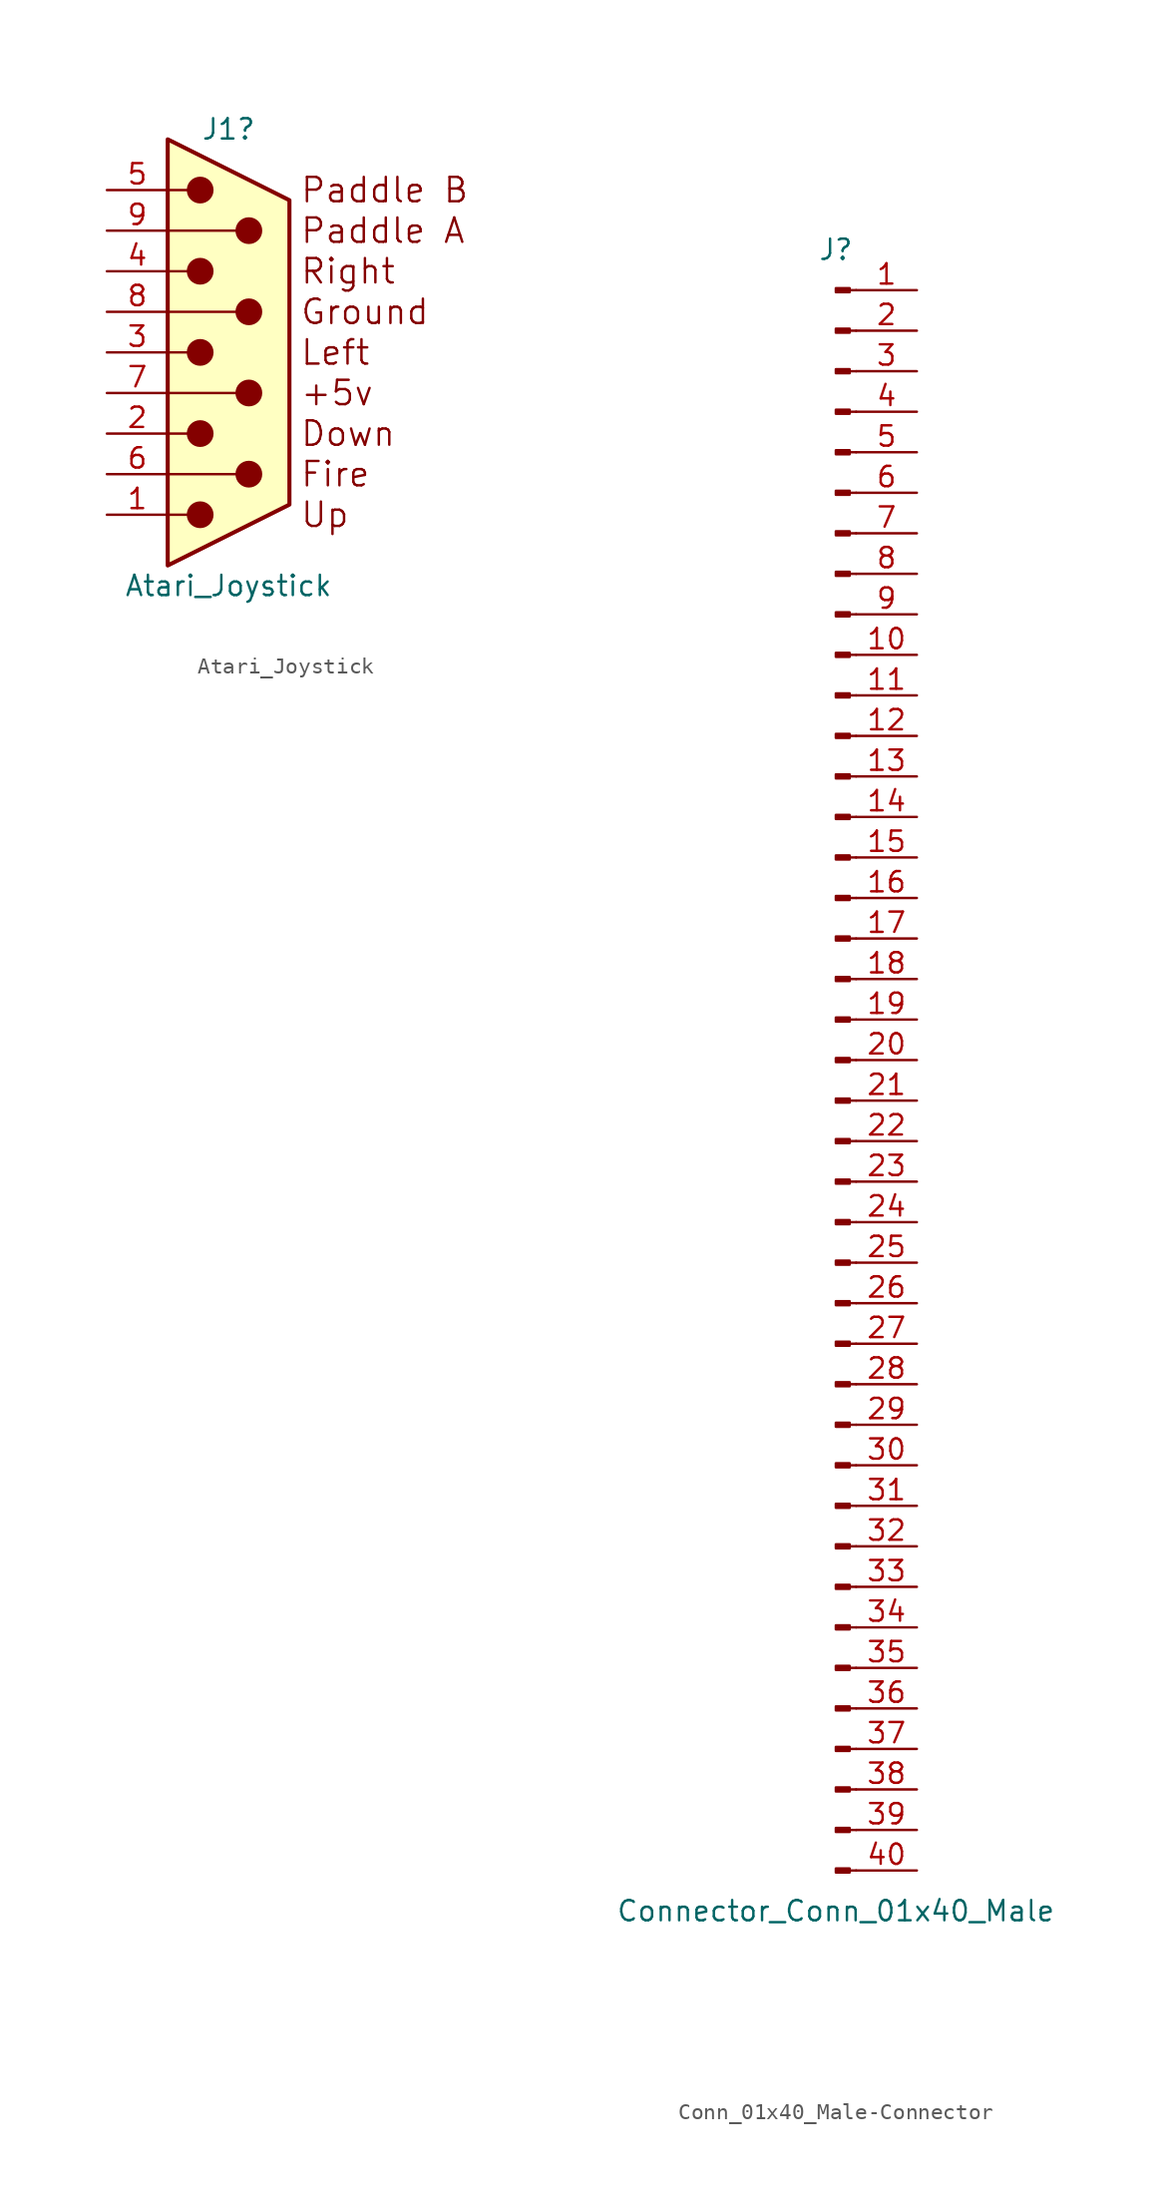
<source format=kicad_sym>
(kicad_symbol_lib
  (version 20220914)
  (generator kicad_symbol_editor)
  (symbol "Atari_Joystick"
    (pin_names
      (offset 1.016) hide)
    (property "Reference" "J1"
      (at 0 13.97 0)
      (effects (font (size 1.27 1.27))))
    (property "Value" "Atari_Joystick"
      (at 0 -14.605 0)
      (effects (font (size 1.27 1.27))))
    (symbol "Atari_Joystick_0_0"
      (text "+5v" (at 4.445 -2.54 0) (effects (font (size 1.524 1.524)) (justify left)))
      (text "Down" (at 4.445 -5.08 0) (effects (font (size 1.524 1.524)) (justify left)))
      (text "Fire" (at 4.445 -7.62 0) (effects (font (size 1.524 1.524)) (justify left)))
      (text "Ground" (at 4.445 2.54 0) (effects (font (size 1.524 1.524)) (justify left)))
      (text "Left" (at 4.445 0 0) (effects (font (size 1.524 1.524)) (justify left)))
      (text "Paddle A" (at 4.445 7.62 0) (effects (font (size 1.524 1.524)) (justify left)))
      (text "Paddle B" (at 4.445 10.16 0) (effects (font (size 1.524 1.524)) (justify left)))
      (text "Right" (at 4.445 5.08 0) (effects (font (size 1.524 1.524)) (justify left)))
      (text "Up" (at 4.445 -10.16 0) (effects (font (size 1.524 1.524)) (justify left))))
    (symbol "Atari_Joystick_0_1"
      (circle (center -1.778 -10.16) (radius 0.762) (stroke (width 0) (type solid)) (fill (type outline)))
      (circle (center -1.778 -5.08) (radius 0.762) (stroke (width 0) (type solid)) (fill (type outline)))
      (circle (center -1.778 0) (radius 0.762) (stroke (width 0) (type solid)) (fill (type outline)))
      (circle (center -1.778 5.08) (radius 0.762) (stroke (width 0) (type solid)) (fill (type outline)))
      (circle (center -1.778 10.16) (radius 0.762) (stroke (width 0) (type solid)) (fill (type outline)))
      (polyline (pts (xy -3.81 -10.16) (xy -2.54 -10.16)) (stroke (width 0) (type solid)) (fill (type none)))
      (polyline (pts (xy -3.81 -7.62) (xy 0.508 -7.62)) (stroke (width 0) (type solid)) (fill (type none)))
      (polyline (pts (xy -3.81 -5.08) (xy -2.54 -5.08)) (stroke (width 0) (type solid)) (fill (type none)))
      (polyline (pts (xy -3.81 -2.54) (xy 0.508 -2.54)) (stroke (width 0) (type solid)) (fill (type none)))
      (polyline (pts (xy -3.81 0) (xy -2.54 0)) (stroke (width 0) (type solid)) (fill (type none)))
      (polyline (pts (xy -3.81 2.54) (xy 0.508 2.54)) (stroke (width 0) (type solid)) (fill (type none)))
      (polyline (pts (xy -3.81 5.08) (xy -2.54 5.08)) (stroke (width 0) (type solid)) (fill (type none)))
      (polyline (pts (xy -3.81 7.62) (xy 0.508 7.62)) (stroke (width 0) (type solid)) (fill (type none)))
      (polyline (pts (xy -3.81 10.16) (xy -2.54 10.16)) (stroke (width 0) (type solid)) (fill (type none)))
      (polyline (pts (xy -3.81 -13.335) (xy -3.81 13.335) (xy 3.81 9.525) (xy 3.81 -9.525) (xy -3.81 -13.335)) (stroke (width 0.254) (type solid)) (fill (type background)))
      (circle (center 1.27 -7.62) (radius 0.762) (stroke (width 0) (type solid)) (fill (type outline)))
      (circle (center 1.27 -2.54) (radius 0.762) (stroke (width 0) (type solid)) (fill (type outline)))
      (circle (center 1.27 2.54) (radius 0.762) (stroke (width 0) (type solid)) (fill (type outline)))
      (circle (center 1.27 7.62) (radius 0.762) (stroke (width 0) (type solid)) (fill (type outline))))
    (symbol "Atari_Joystick_1_1"
      (pin passive line (at -7.62 -10.16 0) (length 3.81) (name "1" (effects (font (size 1.27 1.27)))) (number "1" (effects (font (size 1.27 1.27)))))
      (pin passive line (at -7.62 -5.08 0) (length 3.81) (name "2" (effects (font (size 1.27 1.27)))) (number "2" (effects (font (size 1.27 1.27)))))
      (pin passive line (at -7.62 0 0) (length 3.81) (name "3" (effects (font (size 1.27 1.27)))) (number "3" (effects (font (size 1.27 1.27)))))
      (pin passive line (at -7.62 5.08 0) (length 3.81) (name "4" (effects (font (size 1.27 1.27)))) (number "4" (effects (font (size 1.27 1.27)))))
      (pin passive line (at -7.62 10.16 0) (length 3.81) (name "5" (effects (font (size 1.27 1.27)))) (number "5" (effects (font (size 1.27 1.27)))))
      (pin passive line (at -7.62 -7.62 0) (length 3.81) (name "6" (effects (font (size 1.27 1.27)))) (number "6" (effects (font (size 1.27 1.27)))))
      (pin power_out line (at -7.62 -2.54 0) (length 3.81) (name "7" (effects (font (size 1.27 1.27)))) (number "7" (effects (font (size 1.27 1.27)))))
      (pin power_out line (at -7.62 2.54 0) (length 3.81) (name "8" (effects (font (size 1.27 1.27)))) (number "8" (effects (font (size 1.27 1.27)))))
      (pin passive line (at -7.62 7.62 0) (length 3.81) (name "9" (effects (font (size 1.27 1.27)))) (number "9" (effects (font (size 1.27 1.27)))))))
  (symbol "Conn_01x40_Male-Connector"
    (pin_names
      (offset 1.016) hide)
    (property "Reference" "J"
      (at 0 50.8 0)
      (effects (font (size 1.27 1.27))))
    (property "Value" "Connector_Conn_01x40_Male"
      (at 0 -53.34 0)
      (effects (font (size 1.27 1.27))))
    (symbol "Conn_01x40_Male-Connector_1_1"
      (polyline (pts (xy 1.27 -50.8) (xy 0.864 -50.8)) (stroke (width 0.152) (type solid)) (fill (type none)))
      (polyline (pts (xy 1.27 -48.26) (xy 0.864 -48.26)) (stroke (width 0.152) (type solid)) (fill (type none)))
      (polyline (pts (xy 1.27 -45.72) (xy 0.864 -45.72)) (stroke (width 0.152) (type solid)) (fill (type none)))
      (polyline (pts (xy 1.27 -43.18) (xy 0.864 -43.18)) (stroke (width 0.152) (type solid)) (fill (type none)))
      (polyline (pts (xy 1.27 -40.64) (xy 0.864 -40.64)) (stroke (width 0.152) (type solid)) (fill (type none)))
      (polyline (pts (xy 1.27 -38.1) (xy 0.864 -38.1)) (stroke (width 0.152) (type solid)) (fill (type none)))
      (polyline (pts (xy 1.27 -35.56) (xy 0.864 -35.56)) (stroke (width 0.152) (type solid)) (fill (type none)))
      (polyline (pts (xy 1.27 -33.02) (xy 0.864 -33.02)) (stroke (width 0.152) (type solid)) (fill (type none)))
      (polyline (pts (xy 1.27 -30.48) (xy 0.864 -30.48)) (stroke (width 0.152) (type solid)) (fill (type none)))
      (polyline (pts (xy 1.27 -27.94) (xy 0.864 -27.94)) (stroke (width 0.152) (type solid)) (fill (type none)))
      (polyline (pts (xy 1.27 -25.4) (xy 0.864 -25.4)) (stroke (width 0.152) (type solid)) (fill (type none)))
      (polyline (pts (xy 1.27 -22.86) (xy 0.864 -22.86)) (stroke (width 0.152) (type solid)) (fill (type none)))
      (polyline (pts (xy 1.27 -20.32) (xy 0.864 -20.32)) (stroke (width 0.152) (type solid)) (fill (type none)))
      (polyline (pts (xy 1.27 -17.78) (xy 0.864 -17.78)) (stroke (width 0.152) (type solid)) (fill (type none)))
      (polyline (pts (xy 1.27 -15.24) (xy 0.864 -15.24)) (stroke (width 0.152) (type solid)) (fill (type none)))
      (polyline (pts (xy 1.27 -12.7) (xy 0.864 -12.7)) (stroke (width 0.152) (type solid)) (fill (type none)))
      (polyline (pts (xy 1.27 -10.16) (xy 0.864 -10.16)) (stroke (width 0.152) (type solid)) (fill (type none)))
      (polyline (pts (xy 1.27 -7.62) (xy 0.864 -7.62)) (stroke (width 0.152) (type solid)) (fill (type none)))
      (polyline (pts (xy 1.27 -5.08) (xy 0.864 -5.08)) (stroke (width 0.152) (type solid)) (fill (type none)))
      (polyline (pts (xy 1.27 -2.54) (xy 0.864 -2.54)) (stroke (width 0.152) (type solid)) (fill (type none)))
      (polyline (pts (xy 1.27 0) (xy 0.864 0)) (stroke (width 0.152) (type solid)) (fill (type none)))
      (polyline (pts (xy 1.27 2.54) (xy 0.864 2.54)) (stroke (width 0.152) (type solid)) (fill (type none)))
      (polyline (pts (xy 1.27 5.08) (xy 0.864 5.08)) (stroke (width 0.152) (type solid)) (fill (type none)))
      (polyline (pts (xy 1.27 7.62) (xy 0.864 7.62)) (stroke (width 0.152) (type solid)) (fill (type none)))
      (polyline (pts (xy 1.27 10.16) (xy 0.864 10.16)) (stroke (width 0.152) (type solid)) (fill (type none)))
      (polyline (pts (xy 1.27 12.7) (xy 0.864 12.7)) (stroke (width 0.152) (type solid)) (fill (type none)))
      (polyline (pts (xy 1.27 15.24) (xy 0.864 15.24)) (stroke (width 0.152) (type solid)) (fill (type none)))
      (polyline (pts (xy 1.27 17.78) (xy 0.864 17.78)) (stroke (width 0.152) (type solid)) (fill (type none)))
      (polyline (pts (xy 1.27 20.32) (xy 0.864 20.32)) (stroke (width 0.152) (type solid)) (fill (type none)))
      (polyline (pts (xy 1.27 22.86) (xy 0.864 22.86)) (stroke (width 0.152) (type solid)) (fill (type none)))
      (polyline (pts (xy 1.27 25.4) (xy 0.864 25.4)) (stroke (width 0.152) (type solid)) (fill (type none)))
      (polyline (pts (xy 1.27 27.94) (xy 0.864 27.94)) (stroke (width 0.152) (type solid)) (fill (type none)))
      (polyline (pts (xy 1.27 30.48) (xy 0.864 30.48)) (stroke (width 0.152) (type solid)) (fill (type none)))
      (polyline (pts (xy 1.27 33.02) (xy 0.864 33.02)) (stroke (width 0.152) (type solid)) (fill (type none)))
      (polyline (pts (xy 1.27 35.56) (xy 0.864 35.56)) (stroke (width 0.152) (type solid)) (fill (type none)))
      (polyline (pts (xy 1.27 38.1) (xy 0.864 38.1)) (stroke (width 0.152) (type solid)) (fill (type none)))
      (polyline (pts (xy 1.27 40.64) (xy 0.864 40.64)) (stroke (width 0.152) (type solid)) (fill (type none)))
      (polyline (pts (xy 1.27 43.18) (xy 0.864 43.18)) (stroke (width 0.152) (type solid)) (fill (type none)))
      (polyline (pts (xy 1.27 45.72) (xy 0.864 45.72)) (stroke (width 0.152) (type solid)) (fill (type none)))
      (polyline (pts (xy 1.27 48.26) (xy 0.864 48.26)) (stroke (width 0.152) (type solid)) (fill (type none)))
      (rectangle (start 0.864 -50.673) (end 0 -50.927) (stroke (width 0.152) (type solid)) (fill (type outline)))
      (rectangle (start 0.864 -48.133) (end 0 -48.387) (stroke (width 0.152) (type solid)) (fill (type outline)))
      (rectangle (start 0.864 -45.593) (end 0 -45.847) (stroke (width 0.152) (type solid)) (fill (type outline)))
      (rectangle (start 0.864 -43.053) (end 0 -43.307) (stroke (width 0.152) (type solid)) (fill (type outline)))
      (rectangle (start 0.864 -40.513) (end 0 -40.767) (stroke (width 0.152) (type solid)) (fill (type outline)))
      (rectangle (start 0.864 -37.973) (end 0 -38.227) (stroke (width 0.152) (type solid)) (fill (type outline)))
      (rectangle (start 0.864 -35.433) (end 0 -35.687) (stroke (width 0.152) (type solid)) (fill (type outline)))
      (rectangle (start 0.864 -32.893) (end 0 -33.147) (stroke (width 0.152) (type solid)) (fill (type outline)))
      (rectangle (start 0.864 -30.353) (end 0 -30.607) (stroke (width 0.152) (type solid)) (fill (type outline)))
      (rectangle (start 0.864 -27.813) (end 0 -28.067) (stroke (width 0.152) (type solid)) (fill (type outline)))
      (rectangle (start 0.864 -25.273) (end 0 -25.527) (stroke (width 0.152) (type solid)) (fill (type outline)))
      (rectangle (start 0.864 -22.733) (end 0 -22.987) (stroke (width 0.152) (type solid)) (fill (type outline)))
      (rectangle (start 0.864 -20.193) (end 0 -20.447) (stroke (width 0.152) (type solid)) (fill (type outline)))
      (rectangle (start 0.864 -17.653) (end 0 -17.907) (stroke (width 0.152) (type solid)) (fill (type outline)))
      (rectangle (start 0.864 -15.113) (end 0 -15.367) (stroke (width 0.152) (type solid)) (fill (type outline)))
      (rectangle (start 0.864 -12.573) (end 0 -12.827) (stroke (width 0.152) (type solid)) (fill (type outline)))
      (rectangle (start 0.864 -10.033) (end 0 -10.287) (stroke (width 0.152) (type solid)) (fill (type outline)))
      (rectangle (start 0.864 -7.493) (end 0 -7.747) (stroke (width 0.152) (type solid)) (fill (type outline)))
      (rectangle (start 0.864 -4.953) (end 0 -5.207) (stroke (width 0.152) (type solid)) (fill (type outline)))
      (rectangle (start 0.864 -2.413) (end 0 -2.667) (stroke (width 0.152) (type solid)) (fill (type outline)))
      (rectangle (start 0.864 0.127) (end 0 -0.127) (stroke (width 0.152) (type solid)) (fill (type outline)))
      (rectangle (start 0.864 2.667) (end 0 2.413) (stroke (width 0.152) (type solid)) (fill (type outline)))
      (rectangle (start 0.864 5.207) (end 0 4.953) (stroke (width 0.152) (type solid)) (fill (type outline)))
      (rectangle (start 0.864 7.747) (end 0 7.493) (stroke (width 0.152) (type solid)) (fill (type outline)))
      (rectangle (start 0.864 10.287) (end 0 10.033) (stroke (width 0.152) (type solid)) (fill (type outline)))
      (rectangle (start 0.864 12.827) (end 0 12.573) (stroke (width 0.152) (type solid)) (fill (type outline)))
      (rectangle (start 0.864 15.367) (end 0 15.113) (stroke (width 0.152) (type solid)) (fill (type outline)))
      (rectangle (start 0.864 17.907) (end 0 17.653) (stroke (width 0.152) (type solid)) (fill (type outline)))
      (rectangle (start 0.864 20.447) (end 0 20.193) (stroke (width 0.152) (type solid)) (fill (type outline)))
      (rectangle (start 0.864 22.987) (end 0 22.733) (stroke (width 0.152) (type solid)) (fill (type outline)))
      (rectangle (start 0.864 25.527) (end 0 25.273) (stroke (width 0.152) (type solid)) (fill (type outline)))
      (rectangle (start 0.864 28.067) (end 0 27.813) (stroke (width 0.152) (type solid)) (fill (type outline)))
      (rectangle (start 0.864 30.607) (end 0 30.353) (stroke (width 0.152) (type solid)) (fill (type outline)))
      (rectangle (start 0.864 33.147) (end 0 32.893) (stroke (width 0.152) (type solid)) (fill (type outline)))
      (rectangle (start 0.864 35.687) (end 0 35.433) (stroke (width 0.152) (type solid)) (fill (type outline)))
      (rectangle (start 0.864 38.227) (end 0 37.973) (stroke (width 0.152) (type solid)) (fill (type outline)))
      (rectangle (start 0.864 40.767) (end 0 40.513) (stroke (width 0.152) (type solid)) (fill (type outline)))
      (rectangle (start 0.864 43.307) (end 0 43.053) (stroke (width 0.152) (type solid)) (fill (type outline)))
      (rectangle (start 0.864 45.847) (end 0 45.593) (stroke (width 0.152) (type solid)) (fill (type outline)))
      (rectangle (start 0.864 48.387) (end 0 48.133) (stroke (width 0.152) (type solid)) (fill (type outline)))
      (pin passive line (at 5.08 48.26 180) (length 3.81) (name "Pin_1" (effects (font (size 1.27 1.27)))) (number "1" (effects (font (size 1.27 1.27)))))
      (pin passive line (at 5.08 25.4 180) (length 3.81) (name "Pin_10" (effects (font (size 1.27 1.27)))) (number "10" (effects (font (size 1.27 1.27)))))
      (pin passive line (at 5.08 22.86 180) (length 3.81) (name "Pin_11" (effects (font (size 1.27 1.27)))) (number "11" (effects (font (size 1.27 1.27)))))
      (pin passive line (at 5.08 20.32 180) (length 3.81) (name "Pin_12" (effects (font (size 1.27 1.27)))) (number "12" (effects (font (size 1.27 1.27)))))
      (pin passive line (at 5.08 17.78 180) (length 3.81) (name "Pin_13" (effects (font (size 1.27 1.27)))) (number "13" (effects (font (size 1.27 1.27)))))
      (pin passive line (at 5.08 15.24 180) (length 3.81) (name "Pin_14" (effects (font (size 1.27 1.27)))) (number "14" (effects (font (size 1.27 1.27)))))
      (pin passive line (at 5.08 12.7 180) (length 3.81) (name "Pin_15" (effects (font (size 1.27 1.27)))) (number "15" (effects (font (size 1.27 1.27)))))
      (pin passive line (at 5.08 10.16 180) (length 3.81) (name "Pin_16" (effects (font (size 1.27 1.27)))) (number "16" (effects (font (size 1.27 1.27)))))
      (pin passive line (at 5.08 7.62 180) (length 3.81) (name "Pin_17" (effects (font (size 1.27 1.27)))) (number "17" (effects (font (size 1.27 1.27)))))
      (pin passive line (at 5.08 5.08 180) (length 3.81) (name "Pin_18" (effects (font (size 1.27 1.27)))) (number "18" (effects (font (size 1.27 1.27)))))
      (pin passive line (at 5.08 2.54 180) (length 3.81) (name "Pin_19" (effects (font (size 1.27 1.27)))) (number "19" (effects (font (size 1.27 1.27)))))
      (pin passive line (at 5.08 45.72 180) (length 3.81) (name "Pin_2" (effects (font (size 1.27 1.27)))) (number "2" (effects (font (size 1.27 1.27)))))
      (pin passive line (at 5.08 0 180) (length 3.81) (name "Pin_20" (effects (font (size 1.27 1.27)))) (number "20" (effects (font (size 1.27 1.27)))))
      (pin passive line (at 5.08 -2.54 180) (length 3.81) (name "Pin_21" (effects (font (size 1.27 1.27)))) (number "21" (effects (font (size 1.27 1.27)))))
      (pin passive line (at 5.08 -5.08 180) (length 3.81) (name "Pin_22" (effects (font (size 1.27 1.27)))) (number "22" (effects (font (size 1.27 1.27)))))
      (pin passive line (at 5.08 -7.62 180) (length 3.81) (name "Pin_23" (effects (font (size 1.27 1.27)))) (number "23" (effects (font (size 1.27 1.27)))))
      (pin passive line (at 5.08 -10.16 180) (length 3.81) (name "Pin_24" (effects (font (size 1.27 1.27)))) (number "24" (effects (font (size 1.27 1.27)))))
      (pin passive line (at 5.08 -12.7 180) (length 3.81) (name "Pin_25" (effects (font (size 1.27 1.27)))) (number "25" (effects (font (size 1.27 1.27)))))
      (pin passive line (at 5.08 -15.24 180) (length 3.81) (name "Pin_26" (effects (font (size 1.27 1.27)))) (number "26" (effects (font (size 1.27 1.27)))))
      (pin passive line (at 5.08 -17.78 180) (length 3.81) (name "Pin_27" (effects (font (size 1.27 1.27)))) (number "27" (effects (font (size 1.27 1.27)))))
      (pin passive line (at 5.08 -20.32 180) (length 3.81) (name "Pin_28" (effects (font (size 1.27 1.27)))) (number "28" (effects (font (size 1.27 1.27)))))
      (pin passive line (at 5.08 -22.86 180) (length 3.81) (name "Pin_29" (effects (font (size 1.27 1.27)))) (number "29" (effects (font (size 1.27 1.27)))))
      (pin passive line (at 5.08 43.18 180) (length 3.81) (name "Pin_3" (effects (font (size 1.27 1.27)))) (number "3" (effects (font (size 1.27 1.27)))))
      (pin passive line (at 5.08 -25.4 180) (length 3.81) (name "Pin_30" (effects (font (size 1.27 1.27)))) (number "30" (effects (font (size 1.27 1.27)))))
      (pin passive line (at 5.08 -27.94 180) (length 3.81) (name "Pin_31" (effects (font (size 1.27 1.27)))) (number "31" (effects (font (size 1.27 1.27)))))
      (pin passive line (at 5.08 -30.48 180) (length 3.81) (name "Pin_32" (effects (font (size 1.27 1.27)))) (number "32" (effects (font (size 1.27 1.27)))))
      (pin passive line (at 5.08 -33.02 180) (length 3.81) (name "Pin_33" (effects (font (size 1.27 1.27)))) (number "33" (effects (font (size 1.27 1.27)))))
      (pin passive line (at 5.08 -35.56 180) (length 3.81) (name "Pin_34" (effects (font (size 1.27 1.27)))) (number "34" (effects (font (size 1.27 1.27)))))
      (pin passive line (at 5.08 -38.1 180) (length 3.81) (name "Pin_35" (effects (font (size 1.27 1.27)))) (number "35" (effects (font (size 1.27 1.27)))))
      (pin passive line (at 5.08 -40.64 180) (length 3.81) (name "Pin_36" (effects (font (size 1.27 1.27)))) (number "36" (effects (font (size 1.27 1.27)))))
      (pin passive line (at 5.08 -43.18 180) (length 3.81) (name "Pin_37" (effects (font (size 1.27 1.27)))) (number "37" (effects (font (size 1.27 1.27)))))
      (pin passive line (at 5.08 -45.72 180) (length 3.81) (name "Pin_38" (effects (font (size 1.27 1.27)))) (number "38" (effects (font (size 1.27 1.27)))))
      (pin passive line (at 5.08 -48.26 180) (length 3.81) (name "Pin_39" (effects (font (size 1.27 1.27)))) (number "39" (effects (font (size 1.27 1.27)))))
      (pin passive line (at 5.08 40.64 180) (length 3.81) (name "Pin_4" (effects (font (size 1.27 1.27)))) (number "4" (effects (font (size 1.27 1.27)))))
      (pin passive line (at 5.08 -50.8 180) (length 3.81) (name "Pin_40" (effects (font (size 1.27 1.27)))) (number "40" (effects (font (size 1.27 1.27)))))
      (pin passive line (at 5.08 38.1 180) (length 3.81) (name "Pin_5" (effects (font (size 1.27 1.27)))) (number "5" (effects (font (size 1.27 1.27)))))
      (pin passive line (at 5.08 35.56 180) (length 3.81) (name "Pin_6" (effects (font (size 1.27 1.27)))) (number "6" (effects (font (size 1.27 1.27)))))
      (pin passive line (at 5.08 33.02 180) (length 3.81) (name "Pin_7" (effects (font (size 1.27 1.27)))) (number "7" (effects (font (size 1.27 1.27)))))
      (pin passive line (at 5.08 30.48 180) (length 3.81) (name "Pin_8" (effects (font (size 1.27 1.27)))) (number "8" (effects (font (size 1.27 1.27)))))
      (pin passive line (at 5.08 27.94 180) (length 3.81) (name "Pin_9" (effects (font (size 1.27 1.27)))) (number "9" (effects (font (size 1.27 1.27))))))))
</source>
